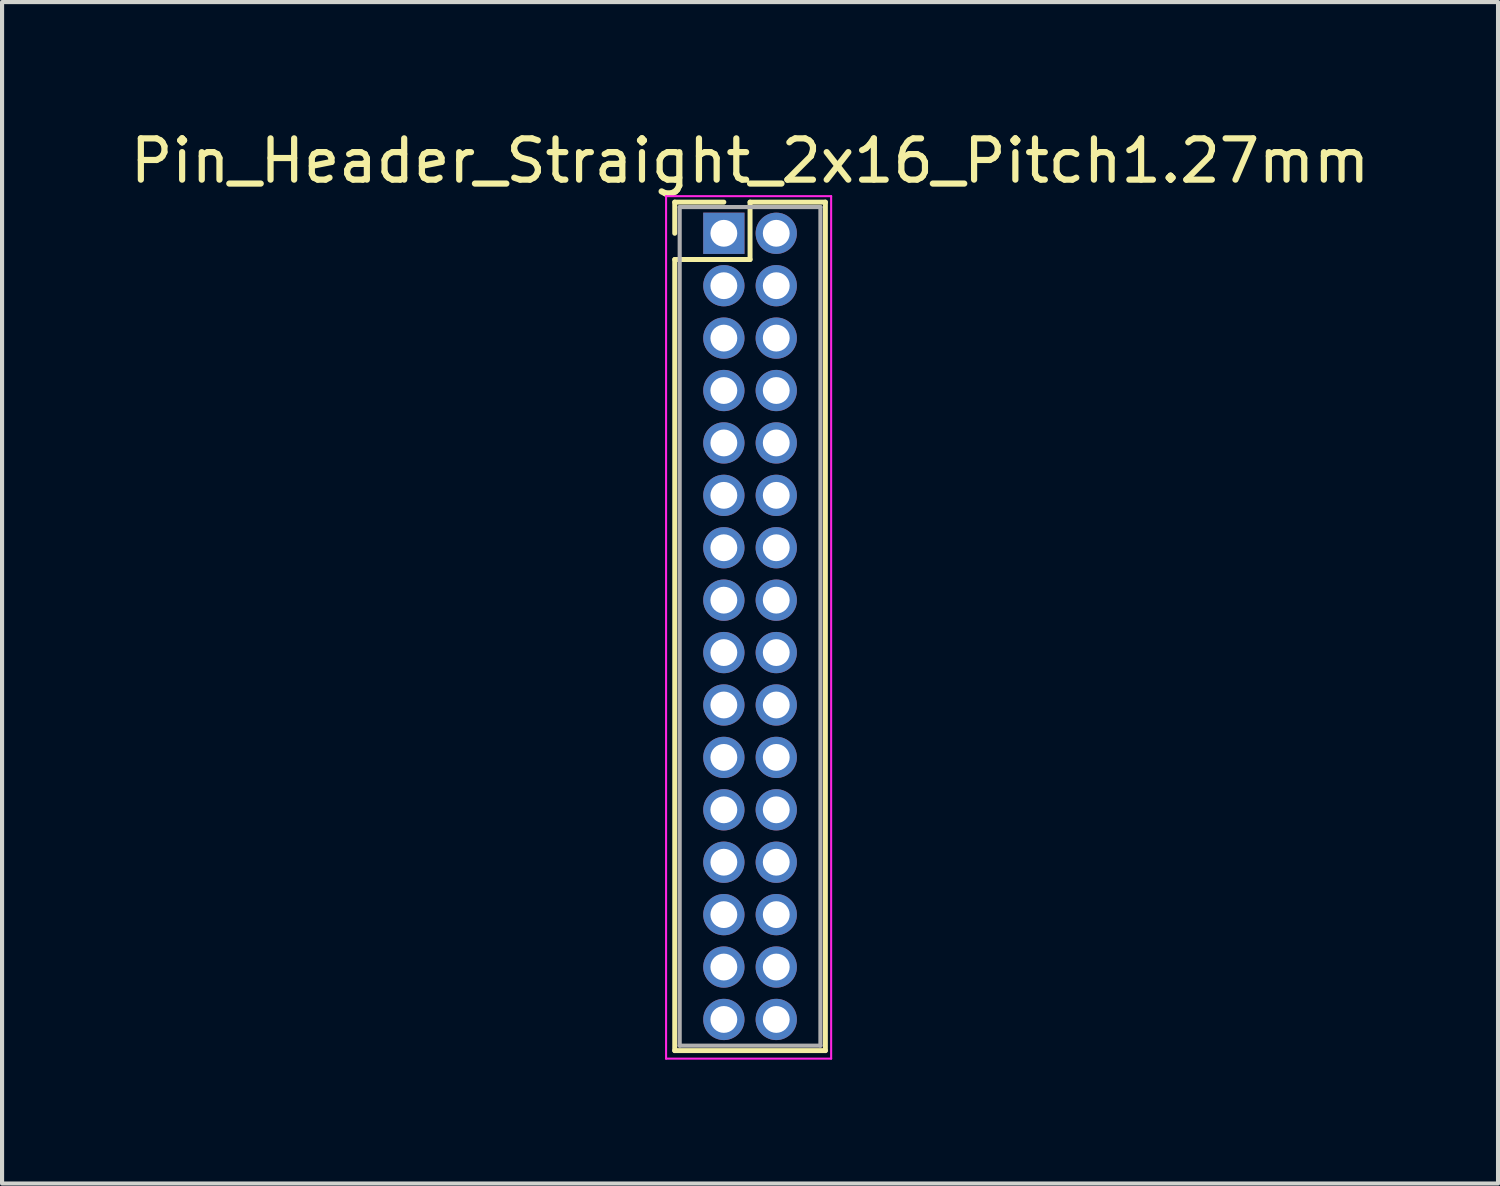
<source format=kicad_pcb>
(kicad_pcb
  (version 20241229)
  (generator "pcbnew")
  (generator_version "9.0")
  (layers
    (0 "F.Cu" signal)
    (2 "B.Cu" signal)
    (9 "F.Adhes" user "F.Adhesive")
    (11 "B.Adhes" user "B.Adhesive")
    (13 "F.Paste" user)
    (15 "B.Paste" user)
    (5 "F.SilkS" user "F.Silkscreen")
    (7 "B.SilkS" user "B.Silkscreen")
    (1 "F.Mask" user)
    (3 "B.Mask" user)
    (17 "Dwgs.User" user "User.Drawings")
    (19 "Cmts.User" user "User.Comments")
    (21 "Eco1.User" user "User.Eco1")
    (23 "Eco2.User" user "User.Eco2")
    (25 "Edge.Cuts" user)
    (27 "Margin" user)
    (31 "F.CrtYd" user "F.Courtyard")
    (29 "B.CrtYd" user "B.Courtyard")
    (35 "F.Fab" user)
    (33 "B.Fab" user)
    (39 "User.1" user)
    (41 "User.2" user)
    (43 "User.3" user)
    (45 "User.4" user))
  (footprint "Pin_Header_Straight_2x16_Pitch1.27mm"
    (layer "F.Cu")
    (at 14.49 2.603)
    (property "Reference" "Pin_Header_Straight_2x16_Pitch1.27mm" (at 0.635 -1.755 0) (layer "F.SilkS") (effects (font (size 1 1) (thickness 0.15))))
    (attr through_hole)
    (fp_line (start -1.19 -0.755) (end 0 -0.755) (stroke (width 0.12) (type solid)) (layer "F.SilkS"))
    (fp_line (start -1.19 0) (end -1.19 -0.755) (stroke (width 0.12) (type solid)) (layer "F.SilkS"))
    (fp_line (start -1.19 0.635) (end -1.19 19.805) (stroke (width 0.12) (type solid)) (layer "F.SilkS"))
    (fp_line (start -1.19 19.805) (end 2.46 19.805) (stroke (width 0.12) (type solid)) (layer "F.SilkS"))
    (fp_line (start 0.635 -0.755) (end 0.635 0.635) (stroke (width 0.12) (type solid)) (layer "F.SilkS"))
    (fp_line (start 0.635 0.635) (end -1.19 0.635) (stroke (width 0.12) (type solid)) (layer "F.SilkS"))
    (fp_line (start 2.46 -0.755) (end 0.635 -0.755) (stroke (width 0.12) (type solid)) (layer "F.SilkS"))
    (fp_line (start 2.46 19.805) (end 2.46 -0.755) (stroke (width 0.12) (type solid)) (layer "F.SilkS"))
    (fp_line (start -1.4 -0.9) (end -1.4 20) (stroke (width 0.05) (type solid)) (layer "F.CrtYd"))
    (fp_line (start -1.4 20) (end 2.6 20) (stroke (width 0.05) (type solid)) (layer "F.CrtYd"))
    (fp_line (start 2.6 -0.9) (end -1.4 -0.9) (stroke (width 0.05) (type solid)) (layer "F.CrtYd"))
    (fp_line (start 2.6 20) (end 2.6 -0.9) (stroke (width 0.05) (type solid)) (layer "F.CrtYd"))
    (fp_line (start -1.07 -0.635) (end -1.07 19.685) (stroke (width 0.1) (type solid)) (layer "F.Fab"))
    (fp_line (start -1.07 19.685) (end 2.34 19.685) (stroke (width 0.1) (type solid)) (layer "F.Fab"))
    (fp_line (start 2.34 -0.635) (end -1.07 -0.635) (stroke (width 0.1) (type solid)) (layer "F.Fab"))
    (fp_line (start 2.34 19.685) (end 2.34 -0.635) (stroke (width 0.1) (type solid)) (layer "F.Fab"))
    (pad "1" thru_hole rect (at 0 0) (size 1 1) (drill 0.65) (layers "*.Cu" "*.Mask"))
    (pad "2" thru_hole oval (at 1.27 0) (size 1 1) (drill 0.65) (layers "*.Cu" "*.Mask"))
    (pad "3" thru_hole oval (at 0 1.27) (size 1 1) (drill 0.65) (layers "*.Cu" "*.Mask"))
    (pad "4" thru_hole oval (at 1.27 1.27) (size 1 1) (drill 0.65) (layers "*.Cu" "*.Mask"))
    (pad "5" thru_hole oval (at 0 2.54) (size 1 1) (drill 0.65) (layers "*.Cu" "*.Mask"))
    (pad "6" thru_hole oval (at 1.27 2.54) (size 1 1) (drill 0.65) (layers "*.Cu" "*.Mask"))
    (pad "7" thru_hole oval (at 0 3.81) (size 1 1) (drill 0.65) (layers "*.Cu" "*.Mask"))
    (pad "8" thru_hole oval (at 1.27 3.81) (size 1 1) (drill 0.65) (layers "*.Cu" "*.Mask"))
    (pad "9" thru_hole oval (at 0 5.08) (size 1 1) (drill 0.65) (layers "*.Cu" "*.Mask"))
    (pad "10" thru_hole oval (at 1.27 5.08) (size 1 1) (drill 0.65) (layers "*.Cu" "*.Mask"))
    (pad "11" thru_hole oval (at 0 6.35) (size 1 1) (drill 0.65) (layers "*.Cu" "*.Mask"))
    (pad "12" thru_hole oval (at 1.27 6.35) (size 1 1) (drill 0.65) (layers "*.Cu" "*.Mask"))
    (pad "13" thru_hole oval (at 0 7.62) (size 1 1) (drill 0.65) (layers "*.Cu" "*.Mask"))
    (pad "14" thru_hole oval (at 1.27 7.62) (size 1 1) (drill 0.65) (layers "*.Cu" "*.Mask"))
    (pad "15" thru_hole oval (at 0 8.89) (size 1 1) (drill 0.65) (layers "*.Cu" "*.Mask"))
    (pad "16" thru_hole oval (at 1.27 8.89) (size 1 1) (drill 0.65) (layers "*.Cu" "*.Mask"))
    (pad "17" thru_hole oval (at 0 10.16) (size 1 1) (drill 0.65) (layers "*.Cu" "*.Mask"))
    (pad "18" thru_hole oval (at 1.27 10.16) (size 1 1) (drill 0.65) (layers "*.Cu" "*.Mask"))
    (pad "19" thru_hole oval (at 0 11.43) (size 1 1) (drill 0.65) (layers "*.Cu" "*.Mask"))
    (pad "20" thru_hole oval (at 1.27 11.43) (size 1 1) (drill 0.65) (layers "*.Cu" "*.Mask"))
    (pad "21" thru_hole oval (at 0 12.7) (size 1 1) (drill 0.65) (layers "*.Cu" "*.Mask"))
    (pad "22" thru_hole oval (at 1.27 12.7) (size 1 1) (drill 0.65) (layers "*.Cu" "*.Mask"))
    (pad "23" thru_hole oval (at 0 13.97) (size 1 1) (drill 0.65) (layers "*.Cu" "*.Mask"))
    (pad "24" thru_hole oval (at 1.27 13.97) (size 1 1) (drill 0.65) (layers "*.Cu" "*.Mask"))
    (pad "25" thru_hole oval (at 0 15.24) (size 1 1) (drill 0.65) (layers "*.Cu" "*.Mask"))
    (pad "26" thru_hole oval (at 1.27 15.24) (size 1 1) (drill 0.65) (layers "*.Cu" "*.Mask"))
    (pad "27" thru_hole oval (at 0 16.51) (size 1 1) (drill 0.65) (layers "*.Cu" "*.Mask"))
    (pad "28" thru_hole oval (at 1.27 16.51) (size 1 1) (drill 0.65) (layers "*.Cu" "*.Mask"))
    (pad "29" thru_hole oval (at 0 17.78) (size 1 1) (drill 0.65) (layers "*.Cu" "*.Mask"))
    (pad "30" thru_hole oval (at 1.27 17.78) (size 1 1) (drill 0.65) (layers "*.Cu" "*.Mask"))
    (pad "31" thru_hole oval (at 0 19.05) (size 1 1) (drill 0.65) (layers "*.Cu" "*.Mask"))
    (pad "32" thru_hole oval (at 1.27 19.05) (size 1 1) (drill 0.65) (layers "*.Cu" "*.Mask")))
  (gr_rect
    (start -3 -3)
    (end 33.25 25.628)
    (stroke (width 0.1) (type default))
    (fill no)
    (layer "Edge.Cuts")))
</source>
